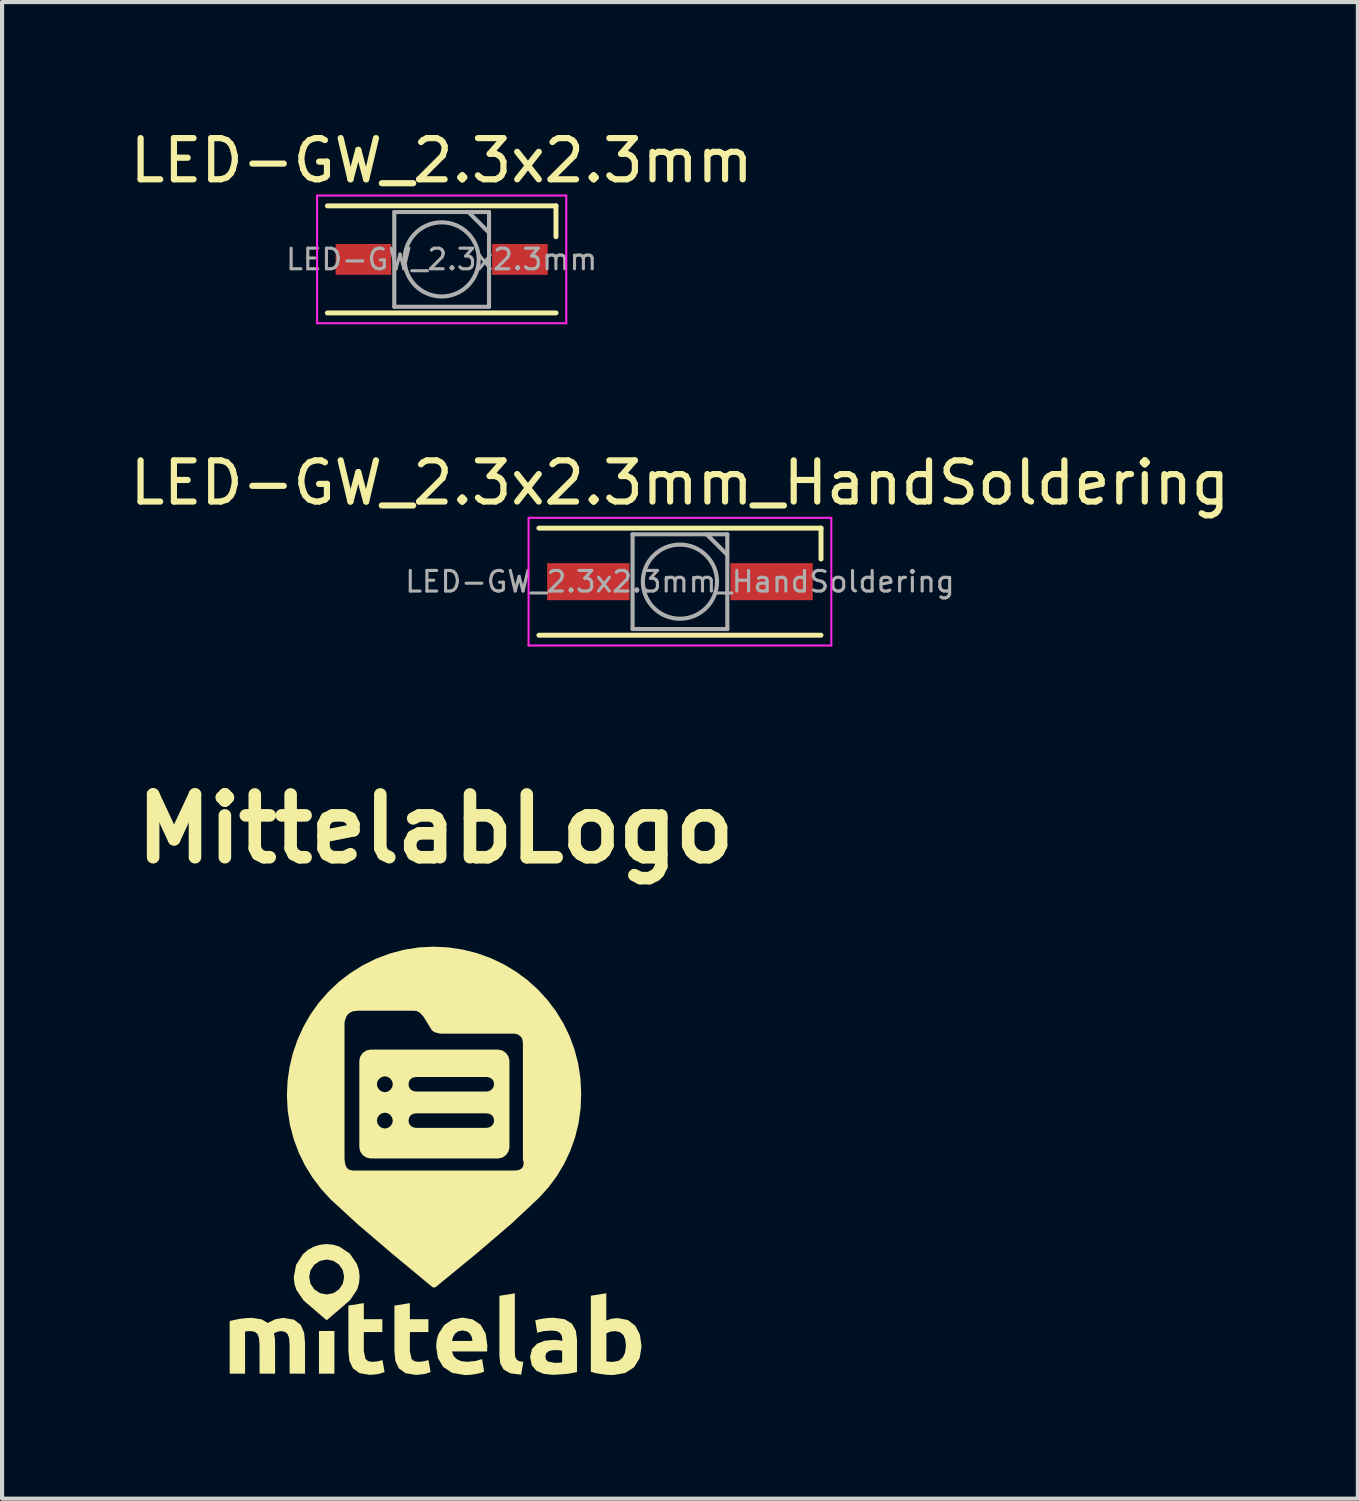
<source format=kicad_pcb>
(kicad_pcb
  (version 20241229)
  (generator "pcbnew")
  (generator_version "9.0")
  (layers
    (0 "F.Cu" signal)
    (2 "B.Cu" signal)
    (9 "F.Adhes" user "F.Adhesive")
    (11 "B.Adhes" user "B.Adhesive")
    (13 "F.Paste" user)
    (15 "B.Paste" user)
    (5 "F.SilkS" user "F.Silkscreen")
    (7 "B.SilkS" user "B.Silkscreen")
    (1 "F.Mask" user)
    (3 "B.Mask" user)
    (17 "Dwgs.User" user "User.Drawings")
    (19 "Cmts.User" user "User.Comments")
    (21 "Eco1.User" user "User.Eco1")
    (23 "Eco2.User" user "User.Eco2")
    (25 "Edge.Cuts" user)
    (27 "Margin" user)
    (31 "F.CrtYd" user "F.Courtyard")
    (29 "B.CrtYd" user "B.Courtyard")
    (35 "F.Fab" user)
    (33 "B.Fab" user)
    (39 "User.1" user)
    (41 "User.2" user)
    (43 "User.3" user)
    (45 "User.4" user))
  (footprint "MittelabLogo"
    (layer "F.Cu")
    (at 7.526 25.228)
    (property "Reference" "MittelabLogo" (at 0 -8.155 0) (layer "F.SilkS") (effects (font (size 1.524 1.524) (thickness 0.305))))
    (attr smd)
    (fp_poly (pts (xy -2.832 4.036) (xy -2.457 4.036) (xy -2.457 5.073) (xy -2.832 5.073) (xy -2.832 4.036)) (stroke (width 0) (type solid)) (fill yes) (layer "F.SilkS"))
    (fp_poly (pts (xy 2.076 5.098) (xy 1.811 5.063) (xy 1.65 4.972) (xy 1.57 4.829) (xy 1.549 4.639) (xy 1.549 3.182) (xy 1.924 3.122) (xy 1.924 4.563) (xy 1.931 4.654) (xy 1.96 4.722) (xy 2.022 4.767) (xy 2.13 4.789) (xy 2.076 5.098) (xy 2.076 5.098)) (stroke (width 0) (type solid)) (fill yes) (layer "F.SilkS"))
    (fp_poly (pts (xy -1 3.42) (xy -0.625 3.36) (xy -0.625 3.75) (xy -0.175 3.75) (xy -0.175 4.062) (xy -0.625 4.062) (xy -0.625 4.527) (xy -0.583 4.716) (xy -0.521 4.768) (xy -0.416 4.786) (xy -0.291 4.774) (xy -0.173 4.743) (xy -0.122 5.035) (xy -0.273 5.083) (xy -0.476 5.103) (xy -0.731 5.061) (xy -0.892 4.944) (xy -0.976 4.765) (xy -1 4.532) (xy -1 3.42)) (stroke (width 0) (type solid)) (fill yes) (layer "F.SilkS"))
    (fp_poly (pts (xy -2.118 3.42) (xy -1.743 3.36) (xy -1.743 3.75) (xy -1.293 3.75) (xy -1.293 4.062) (xy -1.743 4.062) (xy -1.743 4.527) (xy -1.701 4.716) (xy -1.639 4.768) (xy -1.534 4.786) (xy -1.409 4.774) (xy -1.291 4.743) (xy -1.238 5.035) (xy -1.389 5.083) (xy -1.592 5.103) (xy -1.847 5.061) (xy -2.008 4.944) (xy -2.092 4.765) (xy -2.117 4.532) (xy -2.118 3.42) (xy -2.118 3.42)) (stroke (width 0) (type solid)) (fill yes) (layer "F.SilkS"))
    (fp_poly (pts (xy 5 4.411) (xy 4.62 4.401) (xy 4.604 4.242) (xy 4.554 4.129) (xy 4.47 4.062) (xy 4.354 4.039) (xy 4.239 4.054) (xy 4.147 4.092) (xy 4.147 4.774) (xy 4.218 4.783) (xy 4.312 4.786) (xy 4.446 4.76) (xy 4.543 4.681) (xy 4.6 4.558) (xy 4.62 4.401) (xy 4.62 4.401) (xy 5 4.411) (xy 4.953 4.697) (xy 4.819 4.916) (xy 4.602 5.056) (xy 4.31 5.106) (xy 4.168 5.1) (xy 4.022 5.083) (xy 3.885 5.059) (xy 3.769 5.03) (xy 3.769 3.18) (xy 4.144 3.12) (xy 4.144 3.78) (xy 4.275 3.738) (xy 4.422 3.723) (xy 4.67 3.772) (xy 4.851 3.913) (xy 4.961 4.129) (xy 5 4.411)) (stroke (width 0) (type solid)) (fill yes) (layer "F.SilkS"))
    (fp_poly (pts (xy -4.275 4.371) (xy -4.287 4.216) (xy -4.322 4.114) (xy -4.385 4.058) (xy -4.482 4.039) (xy -4.554 4.042) (xy -4.626 4.051) (xy -4.626 5.073) (xy -5 5.073) (xy -5 3.795) (xy -4.889 3.768) (xy -4.753 3.742) (xy -4.605 3.724) (xy -4.456 3.718) (xy -4.224 3.754) (xy -4.076 3.842) (xy -3.891 3.751) (xy -3.698 3.718) (xy -3.438 3.762) (xy -3.275 3.887) (xy -3.192 4.078) (xy -3.17 4.325) (xy -3.17 5.073) (xy -3.545 5.073) (xy -3.545 4.371) (xy -3.556 4.216) (xy -3.591 4.114) (xy -3.655 4.058) (xy -3.751 4.039) (xy -3.835 4.054) (xy -3.924 4.092) (xy -3.902 4.214) (xy -3.897 4.351) (xy -3.897 5.073) (xy -4.274 5.073) (xy -4.275 4.371) (xy -4.275 4.371)) (stroke (width 0) (type solid)) (fill yes) (layer "F.SilkS"))
    (fp_poly (pts (xy -3.222 2.173) (xy -2.951 2.432) (xy -2.812 2.336) (xy -2.647 2.302) (xy -2.482 2.334) (xy -2.347 2.424) (xy -2.255 2.558) (xy -2.22 2.723) (xy -2.253 2.888) (xy -2.343 3.024) (xy -2.477 3.116) (xy -2.642 3.15) (xy -2.807 3.118) (xy -2.943 3.028) (xy -3.035 2.894) (xy -3.069 2.729) (xy -3.039 2.569) (xy -2.951 2.432) (xy -3.222 2.173) (xy -3.387 2.43) (xy -3.444 2.731) (xy -3.427 2.892) (xy -3.379 3.042) (xy -3.206 3.295) (xy -2.645 3.777) (xy -2.076 3.287) (xy -1.906 3.032) (xy -1.86 2.882) (xy -1.845 2.721) (xy -1.862 2.56) (xy -1.91 2.41) (xy -2.083 2.157) (xy -2.338 1.987) (xy -2.489 1.942) (xy -2.65 1.926) (xy -2.809 1.943) (xy -2.961 1.991) (xy -3.1 2.068) (xy -3.222 2.173)) (stroke (width 0) (type solid)) (fill yes) (layer "F.SilkS"))
    (fp_poly (pts (xy 0.013 4.42) (xy 0.895 4.277) (xy 0.878 4.184) (xy 0.836 4.104) (xy 0.764 4.047) (xy 0.654 4.024) (xy 0.545 4.045) (xy 0.47 4.102) (xy 0.423 4.184) (xy 0.399 4.279) (xy 0.895 4.277) (xy 0.895 4.277) (xy 0.013 4.42) (xy 0.027 4.255) (xy 0.068 4.111) (xy 0.209 3.891) (xy 0.411 3.757) (xy 0.646 3.712) (xy 0.899 3.755) (xy 1.092 3.884) (xy 1.215 4.097) (xy 1.256 4.392) (xy 1.253 4.464) (xy 1.249 4.533) (xy 0.399 4.533) (xy 0.433 4.637) (xy 0.508 4.717) (xy 0.619 4.768) (xy 0.764 4.785) (xy 0.966 4.765) (xy 1.128 4.719) (xy 1.178 5.023) (xy 1.098 5.053) (xy 0.987 5.08) (xy 0.854 5.1) (xy 0.713 5.107) (xy 0.402 5.054) (xy 0.184 4.91) (xy 0.056 4.693) (xy 0.013 4.42) (xy 0.013 4.42)) (stroke (width 0) (type solid)) (fill yes) (layer "F.SilkS"))
    (fp_poly (pts (xy 2.856 3.714) (xy 3.133 3.751) (xy 3.072 4.8) (xy 3.072 4.515) (xy 3.004 4.505) (xy 2.921 4.5) (xy 2.822 4.506) (xy 2.74 4.53) (xy 2.685 4.578) (xy 2.665 4.654) (xy 2.68 4.728) (xy 2.724 4.776) (xy 2.886 4.81) (xy 2.886 4.81) (xy 2.992 4.807) (xy 3.072 4.8) (xy 3.133 3.751) (xy 3.311 3.86) (xy 3.406 4.032) (xy 3.433 4.256) (xy 3.433 5.035) (xy 3.209 5.077) (xy 2.862 5.101) (xy 2.63 5.079) (xy 2.451 5.005) (xy 2.335 4.871) (xy 2.294 4.667) (xy 2.341 4.471) (xy 2.466 4.343) (xy 2.645 4.274) (xy 2.855 4.253) (xy 2.984 4.259) (xy 3.076 4.276) (xy 3.076 4.236) (xy 3.062 4.151) (xy 3.019 4.083) (xy 2.94 4.039) (xy 2.817 4.026) (xy 2.629 4.039) (xy 2.468 4.078) (xy 2.419 3.777) (xy 2.501 3.756) (xy 2.608 3.736) (xy 2.73 3.721) (xy 2.856 3.714) (xy 2.856 3.714)) (stroke (width 0) (type solid)) (fill yes) (layer "F.SilkS"))
    (fp_poly (pts (xy -0.054 -5.222) (xy -2.12 -3.754) (xy -2.024 -3.796) (xy -1.897 -3.812) (xy -0.534 -3.812) (xy -0.439 -3.803) (xy -0.344 -3.753) (xy -0.239 -3.642) (xy -0.038 -3.317) (xy -0.001 -3.286) (xy 0.117 -3.255) (xy 0.166 -3.255) (xy 0.353 -3.255) (xy 0.965 -3.255) (xy 1.882 -3.255) (xy 1.931 -3.254) (xy 2.037 -3.228) (xy 2.144 -3.137) (xy 2.179 -3.056) (xy 2.192 -2.945) (xy 2.192 -0.126) (xy 2.212 -0.073) (xy 2.2 0.044) (xy 2.17 0.106) (xy 2.118 0.161) (xy 2.039 0.2) (xy 1.929 0.214) (xy 1.929 0.214) (xy -1.974 0.214) (xy -2.022 0.215) (xy -2.129 0.187) (xy -2.186 0.148) (xy -2.235 0.084) (xy -2.27 -0.011) (xy -2.284 -0.142) (xy -2.284 -3.441) (xy -2.278 -3.499) (xy -2.235 -3.626) (xy -2.189 -3.695) (xy -2.12 -3.754) (xy -0.054 -5.222) (xy -0.406 -5.203) (xy -0.753 -5.148) (xy -1.091 -5.058) (xy -1.418 -4.935) (xy -1.732 -4.78) (xy -2.029 -4.594) (xy -2.307 -4.38) (xy -2.562 -4.137) (xy -2.787 -3.878) (xy -2.983 -3.601) (xy -3.15 -3.307) (xy -3.288 -3.001) (xy -3.397 -2.684) (xy -3.475 -2.358) (xy -3.522 -2.026) (xy -3.538 -1.691) (xy -3.52 -1.33) (xy -3.465 -0.981) (xy -3.377 -0.645) (xy -3.257 -0.324) (xy -3.108 -0.018) (xy -2.93 0.269) (xy -2.727 0.539) (xy -2.5 0.787) (xy -1.848 1.387) (xy -1.031 2.086) (xy -0.038 2.909) (xy 0.976 2.077) (xy 1.804 1.367) (xy 2.455 0.756) (xy 2.681 0.507) (xy 2.883 0.236) (xy 3.057 -0.054) (xy 3.202 -0.363) (xy 3.318 -0.687) (xy 3.4 -1.025) (xy 3.449 -1.376) (xy 3.462 -1.737) (xy 3.444 -2.095) (xy 3.39 -2.443) (xy 3.303 -2.777) (xy 3.185 -3.098) (xy 3.036 -3.403) (xy 2.86 -3.69) (xy 2.657 -3.958) (xy 2.43 -4.205) (xy 2.18 -4.43) (xy 1.909 -4.629) (xy 1.62 -4.803) (xy 1.312 -4.949) (xy 0.99 -5.066) (xy 0.653 -5.151) (xy 0.305 -5.204) (xy -0.054 -5.222) (xy -0.054 -5.222)) (stroke (width 0.145) (type solid)) (fill yes) (layer "F.SilkS"))
    (fp_poly (pts (xy 1.245 -1.704) (xy -1.232 -1.687) (xy -1.334 -1.708) (xy -1.419 -1.767) (xy -1.478 -1.852) (xy -1.5 -1.954) (xy -1.478 -2.056) (xy -1.419 -2.141) (xy -1.334 -2.199) (xy -1.232 -2.221) (xy -1.131 -2.199) (xy -1.045 -2.141) (xy -0.987 -2.056) (xy -0.965 -1.954) (xy -0.987 -1.852) (xy -1.045 -1.767) (xy -1.131 -1.708) (xy -1.232 -1.687) (xy 1.245 -1.704) (xy -0.581 -1.302) (xy -0.482 -1.32) (xy 1.245 -1.32) (xy 1.344 -1.302) (xy 1.423 -1.249) (xy 1.476 -1.17) (xy 1.494 -1.071) (xy 1.473 -0.972) (xy 1.417 -0.893) (xy 1.337 -0.841) (xy 1.245 -0.822) (xy 1.245 -0.822) (xy -0.482 -0.822) (xy -0.581 -0.841) (xy -0.66 -0.893) (xy -0.713 -0.972) (xy -0.732 -1.071) (xy -0.713 -1.17) (xy -0.66 -1.249) (xy -0.581 -1.302) (xy 1.245 -1.704) (xy -1.232 -1.338) (xy -1.131 -1.317) (xy -1.045 -1.258) (xy -0.987 -1.173) (xy -0.965 -1.071) (xy -0.987 -0.969) (xy -1.045 -0.884) (xy -1.131 -0.826) (xy -1.232 -0.804) (xy -1.334 -0.826) (xy -1.419 -0.884) (xy -1.478 -0.969) (xy -1.5 -1.071) (xy -1.478 -1.173) (xy -1.419 -1.258) (xy -1.334 -1.317) (xy -1.232 -1.338) (xy 1.245 -1.704) (xy -0.482 -1.704) (xy -0.581 -1.723) (xy -0.66 -1.776) (xy -1.574 -2.723) (xy -1.653 -2.706) (xy -1.719 -2.661) (xy -1.764 -2.595) (xy -1.78 -2.517) (xy -1.78 -0.431) (xy -1.764 -0.352) (xy -1.719 -0.287) (xy -1.653 -0.241) (xy -1.574 -0.225) (xy 1.514 -0.225) (xy 1.592 -0.241) (xy 1.658 -0.287) (xy 1.703 -0.352) (xy 1.72 -0.431) (xy 1.72 -2.517) (xy 1.72 -2.517) (xy 1.703 -2.595) (xy 1.658 -2.661) (xy 1.592 -2.706) (xy 1.514 -2.723) (xy -1.574 -2.723) (xy -0.66 -1.776) (xy -0.713 -1.855) (xy -0.732 -1.954) (xy -0.713 -2.053) (xy -0.66 -2.132) (xy -0.581 -2.184) (xy -0.482 -2.203) (xy 1.245 -2.203) (xy 1.344 -2.184) (xy 1.423 -2.132) (xy 1.476 -2.053) (xy 1.494 -1.954) (xy 1.473 -1.855) (xy 1.417 -1.776) (xy 1.337 -1.723) (xy 1.245 -1.704) (xy 1.245 -1.704)) (stroke (width 0.145) (type solid)) (fill yes) (layer "F.SilkS")))
  (footprint "LED-GW_2.3x2.3mm_HandSoldering"
    (layer "F.Cu")
    (at 13.458 11.072)
    (property "Reference" "LED-GW_2.3x2.3mm_HandSoldering" (at 0 -2.4 0) (layer "F.SilkS") (effects (font (size 1 1) (thickness 0.15))))
    (attr smd)
    (fp_line (start -3.425 -1.3) (end 3.425 -1.3) (stroke (width 0.12) (type solid)) (layer "F.SilkS"))
    (fp_line (start -3.425 1.3) (end 3.425 1.3) (stroke (width 0.12) (type solid)) (layer "F.SilkS"))
    (fp_line (start 3.425 -0.55) (end 3.425 -1.3) (stroke (width 0.12) (type solid)) (layer "F.SilkS"))
    (fp_line (start -3.675 -1.55) (end -3.675 1.55) (stroke (width 0.05) (type solid)) (layer "F.CrtYd"))
    (fp_line (start -3.675 1.55) (end 3.675 1.55) (stroke (width 0.05) (type solid)) (layer "F.CrtYd"))
    (fp_line (start 3.675 -1.55) (end -3.675 -1.55) (stroke (width 0.05) (type solid)) (layer "F.CrtYd"))
    (fp_line (start 3.675 1.55) (end 3.675 -1.55) (stroke (width 0.05) (type solid)) (layer "F.CrtYd"))
    (fp_line (start -1.15 -1.15) (end -1.15 1.15) (stroke (width 0.1) (type solid)) (layer "F.Fab"))
    (fp_line (start -1.15 1.15) (end 1.15 1.15) (stroke (width 0.1) (type solid)) (layer "F.Fab"))
    (fp_line (start 0.65 -1.15) (end 1.15 -0.65) (stroke (width 0.1) (type solid)) (layer "F.Fab"))
    (fp_line (start 1.15 -1.15) (end -1.15 -1.15) (stroke (width 0.1) (type solid)) (layer "F.Fab"))
    (fp_line (start 1.15 1.15) (end 1.15 -1.15) (stroke (width 0.1) (type solid)) (layer "F.Fab"))
    (fp_circle (center 0 0) (end 0.9 0) (stroke (width 0.1) (type solid)) (fill no) (layer "F.Fab"))
    (fp_text user "${REFERENCE}" (at 0 0 0) (layer "F.Fab") (effects (font (size 0.5 0.5) (thickness 0.075))))
    (pad "1" smd rect (at -2.225 0) (size 2 0.9) (layers "F.Cu" "F.Mask" "F.Paste"))
    (pad "2" smd rect (at 2.225 0) (size 2 0.9) (layers "F.Cu" "F.Mask" "F.Paste")))
  (footprint "LED-GW_2.3x2.3mm"
    (layer "F.Cu")
    (at 7.673 3.248)
    (property "Reference" "LED-GW_2.3x2.3mm" (at 0 -2.4 0) (layer "F.SilkS") (effects (font (size 1 1) (thickness 0.15))))
    (attr smd)
    (fp_line (start -2.775 -1.3) (end 2.775 -1.3) (stroke (width 0.12) (type solid)) (layer "F.SilkS"))
    (fp_line (start -2.775 1.3) (end 2.775 1.3) (stroke (width 0.12) (type solid)) (layer "F.SilkS"))
    (fp_line (start 2.775 -0.55) (end 2.775 -1.3) (stroke (width 0.12) (type solid)) (layer "F.SilkS"))
    (fp_line (start -3.025 -1.55) (end -3.025 1.55) (stroke (width 0.05) (type solid)) (layer "F.CrtYd"))
    (fp_line (start -3.025 1.55) (end 3.025 1.55) (stroke (width 0.05) (type solid)) (layer "F.CrtYd"))
    (fp_line (start 3.025 -1.55) (end -3.025 -1.55) (stroke (width 0.05) (type solid)) (layer "F.CrtYd"))
    (fp_line (start 3.025 1.55) (end 3.025 -1.55) (stroke (width 0.05) (type solid)) (layer "F.CrtYd"))
    (fp_line (start -1.15 -1.15) (end -1.15 1.15) (stroke (width 0.1) (type solid)) (layer "F.Fab"))
    (fp_line (start -1.15 1.15) (end 1.15 1.15) (stroke (width 0.1) (type solid)) (layer "F.Fab"))
    (fp_line (start 0.65 -1.15) (end 1.15 -0.65) (stroke (width 0.1) (type solid)) (layer "F.Fab"))
    (fp_line (start 1.15 -1.15) (end -1.15 -1.15) (stroke (width 0.1) (type solid)) (layer "F.Fab"))
    (fp_line (start 1.15 1.15) (end 1.15 -1.15) (stroke (width 0.1) (type solid)) (layer "F.Fab"))
    (fp_circle (center 0 0) (end 0.9 0) (stroke (width 0.1) (type solid)) (fill no) (layer "F.Fab"))
    (fp_text user "${REFERENCE}" (at 0 0 0) (layer "F.Fab") (effects (font (size 0.5 0.5) (thickness 0.075))))
    (pad "1" smd rect (at -1.9 0) (size 1.35 0.75) (layers "F.Cu" "F.Mask" "F.Paste"))
    (pad "2" smd rect (at 1.9 0) (size 1.35 0.75) (layers "F.Cu" "F.Mask" "F.Paste")))
  (gr_rect
    (start -3 -3)
    (end 29.917 33.335)
    (stroke (width 0.1) (type default))
    (fill no)
    (layer "Edge.Cuts")))
</source>
